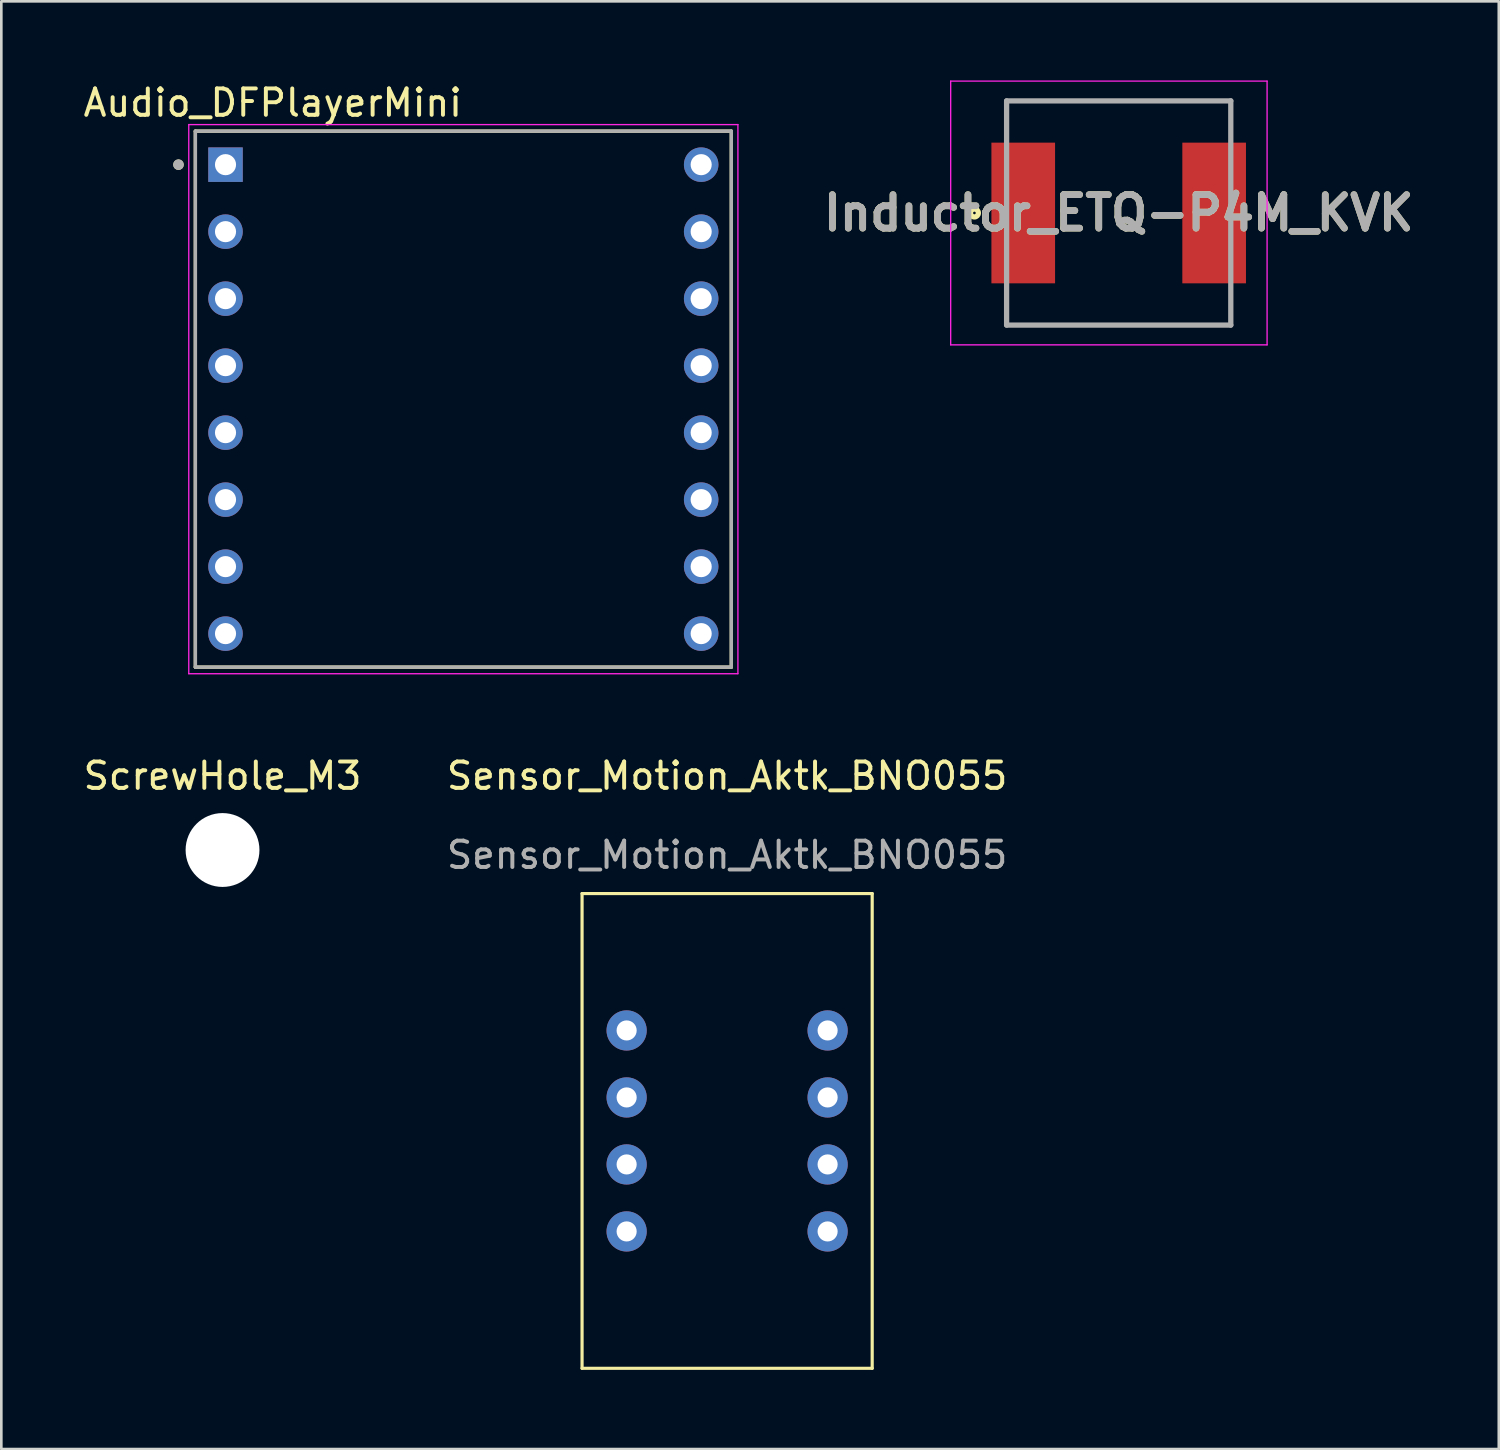
<source format=kicad_pcb>
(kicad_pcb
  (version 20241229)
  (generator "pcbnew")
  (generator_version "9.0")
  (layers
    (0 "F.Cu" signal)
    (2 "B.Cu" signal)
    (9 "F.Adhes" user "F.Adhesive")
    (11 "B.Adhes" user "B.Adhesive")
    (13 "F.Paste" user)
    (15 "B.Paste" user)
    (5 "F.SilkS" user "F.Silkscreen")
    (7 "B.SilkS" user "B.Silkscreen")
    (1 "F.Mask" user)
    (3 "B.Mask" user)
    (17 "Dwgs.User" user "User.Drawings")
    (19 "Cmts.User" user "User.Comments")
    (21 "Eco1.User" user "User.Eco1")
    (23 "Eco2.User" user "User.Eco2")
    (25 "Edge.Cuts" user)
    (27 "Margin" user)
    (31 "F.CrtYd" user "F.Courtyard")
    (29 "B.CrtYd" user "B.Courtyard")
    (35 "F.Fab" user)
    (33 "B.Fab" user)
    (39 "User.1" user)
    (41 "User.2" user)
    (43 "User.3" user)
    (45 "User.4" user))
  (footprint "Inductor_ETQ-P4M_KVK"
    (layer "F.Cu")
    (at 39.364 5.025)
    (property "Reference" "Inductor_ETQ-P4M_KVK" (at 0 0 0) (layer "F.SilkS") (effects (font (size 1.27 1.27) (thickness 0.254))))
    (attr smd)
    (fp_line (start -4.25 -4.25) (end 4.25 -4.25) (stroke (width 0.1) (type solid)) (layer "F.SilkS"))
    (fp_line (start 4.25 4.25) (end -4.25 4.25) (stroke (width 0.1) (type solid)) (layer "F.SilkS"))
    (fp_circle (center -5.47 0) (end -5.47 0.05) (stroke (width 0.2) (type solid)) (fill no) (layer "F.SilkS"))
    (fp_line (start -6.37 -5) (end 5.626 -5) (stroke (width 0.05) (type solid)) (layer "F.CrtYd"))
    (fp_line (start -6.37 5) (end -6.37 -5) (stroke (width 0.05) (type solid)) (layer "F.CrtYd"))
    (fp_line (start 5.626 -5) (end 5.626 5) (stroke (width 0.05) (type solid)) (layer "F.CrtYd"))
    (fp_line (start 5.626 5) (end -6.37 5) (stroke (width 0.05) (type solid)) (layer "F.CrtYd"))
    (fp_line (start -4.25 -4.25) (end 4.25 -4.25) (stroke (width 0.2) (type solid)) (layer "F.Fab"))
    (fp_line (start -4.25 4.25) (end -4.25 -4.25) (stroke (width 0.2) (type solid)) (layer "F.Fab"))
    (fp_line (start 4.25 -4.25) (end 4.25 4.25) (stroke (width 0.2) (type solid)) (layer "F.Fab"))
    (fp_line (start 4.25 4.25) (end -4.25 4.25) (stroke (width 0.2) (type solid)) (layer "F.Fab"))
    (fp_text user "${REFERENCE}" (at 0 0 0) (layer "F.Fab") (effects (font (size 1.27 1.27) (thickness 0.254))))
    (pad "1" smd rect (at -3.619 0) (size 2.413 5.334) (layers "F.Cu" "F.Mask" "F.Paste"))
    (pad "2" smd rect (at 3.619 0) (size 2.413 5.334) (layers "F.Cu" "F.Mask" "F.Paste")))
  (footprint "ScrewHole_M3"
    (layer "F.Cu")
    (at 5.387 29.177)
    (property "Reference" "ScrewHole_M3" (at 0 -2.81 0) (layer "F.SilkS") (effects (font (size 1 1) (thickness 0.15))))
    (attr through_hole)
    (pad "" np_thru_hole circle (at 0 0) (size 2.8 2.8) (drill 2.8) (layers "*.Cu" "*.Mask")))
  (footprint "Audio_DFPlayerMini"
    (layer "F.Cu")
    (at 14.517 12.083)
    (property "Reference" "Audio_DFPlayerMini" (at -7.225 -11.235 0) (layer "F.SilkS") (effects (font (size 1 1) (thickness 0.15))))
    (attr through_hole)
    (fp_line (start -10.16 -10.16) (end 10.16 -10.16) (stroke (width 0.127) (type solid)) (layer "F.SilkS"))
    (fp_line (start -10.16 10.16) (end -10.16 -10.16) (stroke (width 0.127) (type solid)) (layer "F.SilkS"))
    (fp_line (start 10.16 -10.16) (end 10.16 10.16) (stroke (width 0.127) (type solid)) (layer "F.SilkS"))
    (fp_line (start 10.16 10.16) (end -10.16 10.16) (stroke (width 0.127) (type solid)) (layer "F.SilkS"))
    (fp_circle (center -10.8 -8.89) (end -10.7 -8.89) (stroke (width 0.2) (type solid)) (fill no) (layer "F.SilkS"))
    (fp_line (start -10.41 -10.41) (end 10.41 -10.41) (stroke (width 0.05) (type solid)) (layer "F.CrtYd"))
    (fp_line (start -10.41 10.41) (end -10.41 -10.41) (stroke (width 0.05) (type solid)) (layer "F.CrtYd"))
    (fp_line (start 10.41 -10.41) (end 10.41 10.41) (stroke (width 0.05) (type solid)) (layer "F.CrtYd"))
    (fp_line (start 10.41 10.41) (end -10.41 10.41) (stroke (width 0.05) (type solid)) (layer "F.CrtYd"))
    (fp_line (start -10.16 -10.16) (end 10.16 -10.16) (stroke (width 0.127) (type solid)) (layer "F.Fab"))
    (fp_line (start -10.16 10.16) (end -10.16 -10.16) (stroke (width 0.127) (type solid)) (layer "F.Fab"))
    (fp_line (start 10.16 -10.16) (end 10.16 10.16) (stroke (width 0.127) (type solid)) (layer "F.Fab"))
    (fp_line (start 10.16 10.16) (end -10.16 10.16) (stroke (width 0.127) (type solid)) (layer "F.Fab"))
    (fp_circle (center -10.8 -8.89) (end -10.7 -8.89) (stroke (width 0.2) (type solid)) (fill no) (layer "F.Fab"))
    (pad "1" thru_hole rect (at -9.017 -8.89) (size 1.308 1.308) (drill 0.8) (layers "*.Cu" "*.Mask"))
    (pad "2" thru_hole circle (at -9.017 -6.35) (size 1.308 1.308) (drill 0.8) (layers "*.Cu" "*.Mask"))
    (pad "3" thru_hole circle (at -9.017 -3.81) (size 1.308 1.308) (drill 0.8) (layers "*.Cu" "*.Mask"))
    (pad "4" thru_hole circle (at -9.017 -1.27) (size 1.308 1.308) (drill 0.8) (layers "*.Cu" "*.Mask"))
    (pad "5" thru_hole circle (at -9.017 1.27) (size 1.308 1.308) (drill 0.8) (layers "*.Cu" "*.Mask"))
    (pad "6" thru_hole circle (at -9.017 3.81) (size 1.308 1.308) (drill 0.8) (layers "*.Cu" "*.Mask"))
    (pad "7" thru_hole circle (at -9.017 6.35) (size 1.308 1.308) (drill 0.8) (layers "*.Cu" "*.Mask"))
    (pad "8" thru_hole circle (at -9.017 8.89) (size 1.308 1.308) (drill 0.8) (layers "*.Cu" "*.Mask"))
    (pad "9" thru_hole circle (at 9.017 8.89) (size 1.308 1.308) (drill 0.8) (layers "*.Cu" "*.Mask"))
    (pad "10" thru_hole circle (at 9.017 6.35) (size 1.308 1.308) (drill 0.8) (layers "*.Cu" "*.Mask"))
    (pad "11" thru_hole circle (at 9.017 3.81) (size 1.308 1.308) (drill 0.8) (layers "*.Cu" "*.Mask"))
    (pad "12" thru_hole circle (at 9.017 1.27) (size 1.308 1.308) (drill 0.8) (layers "*.Cu" "*.Mask"))
    (pad "13" thru_hole circle (at 9.017 -1.27) (size 1.308 1.308) (drill 0.8) (layers "*.Cu" "*.Mask"))
    (pad "14" thru_hole circle (at 9.017 -3.81) (size 1.308 1.308) (drill 0.8) (layers "*.Cu" "*.Mask"))
    (pad "15" thru_hole circle (at 9.017 -6.35) (size 1.308 1.308) (drill 0.8) (layers "*.Cu" "*.Mask"))
    (pad "16" thru_hole circle (at 9.017 -8.89) (size 1.308 1.308) (drill 0.8) (layers "*.Cu" "*.Mask")))
  (footprint "Sensor_Motion_Aktk_BNO055"
    (layer "F.Cu")
    (at 24.518 39.828)
    (property "Reference" "Sensor_Motion_Aktk_BNO055" (at 0 -13.462 0) (unlocked yes) (layer "F.SilkS") (effects (font (size 1 1) (thickness 0.15))))
    (attr through_hole)
    (fp_line (start -5.5 -9) (end -5.5 9) (stroke (width 0.12) (type solid)) (layer "F.SilkS"))
    (fp_line (start -5.5 9) (end 5.5 9) (stroke (width 0.12) (type solid)) (layer "F.SilkS"))
    (fp_line (start 5.5 -9) (end -5.5 -9) (stroke (width 0.12) (type solid)) (layer "F.SilkS"))
    (fp_line (start 5.5 9) (end 5.5 -9) (stroke (width 0.12) (type solid)) (layer "F.SilkS"))
    (fp_text user "${REFERENCE}" (at 0 -10.462 0) (unlocked yes) (layer "F.Fab") (effects (font (size 1 1) (thickness 0.15))))
    (pad "2" thru_hole circle (at -3.81 -1.27) (size 1.524 1.524) (drill 0.762) (layers "*.Cu" "*.Mask"))
    (pad "2" thru_hole circle (at 3.81 -1.27) (size 1.524 1.524) (drill 0.762) (layers "*.Cu" "*.Mask"))
    (pad "3" thru_hole circle (at -3.81 -3.81) (size 1.524 1.524) (drill 0.762) (layers "*.Cu" "*.Mask"))
    (pad "11" thru_hole circle (at 3.81 3.81) (size 1.524 1.524) (drill 0.762) (layers "*.Cu" "*.Mask"))
    (pad "14" thru_hole circle (at 3.81 1.27) (size 1.524 1.524) (drill 0.762) (layers "*.Cu" "*.Mask"))
    (pad "19" thru_hole circle (at -3.81 3.81) (size 1.524 1.524) (drill 0.762) (layers "*.Cu" "*.Mask"))
    (pad "20" thru_hole circle (at -3.81 1.27) (size 1.524 1.524) (drill 0.762) (layers "*.Cu" "*.Mask"))
    (pad "28" thru_hole circle (at 3.81 -3.81) (size 1.524 1.524) (drill 0.762) (layers "*.Cu" "*.Mask")))
  (gr_rect
    (start -3 -3)
    (end 53.775 51.889)
    (stroke (width 0.1) (type default))
    (fill no)
    (layer "Edge.Cuts")))
</source>
